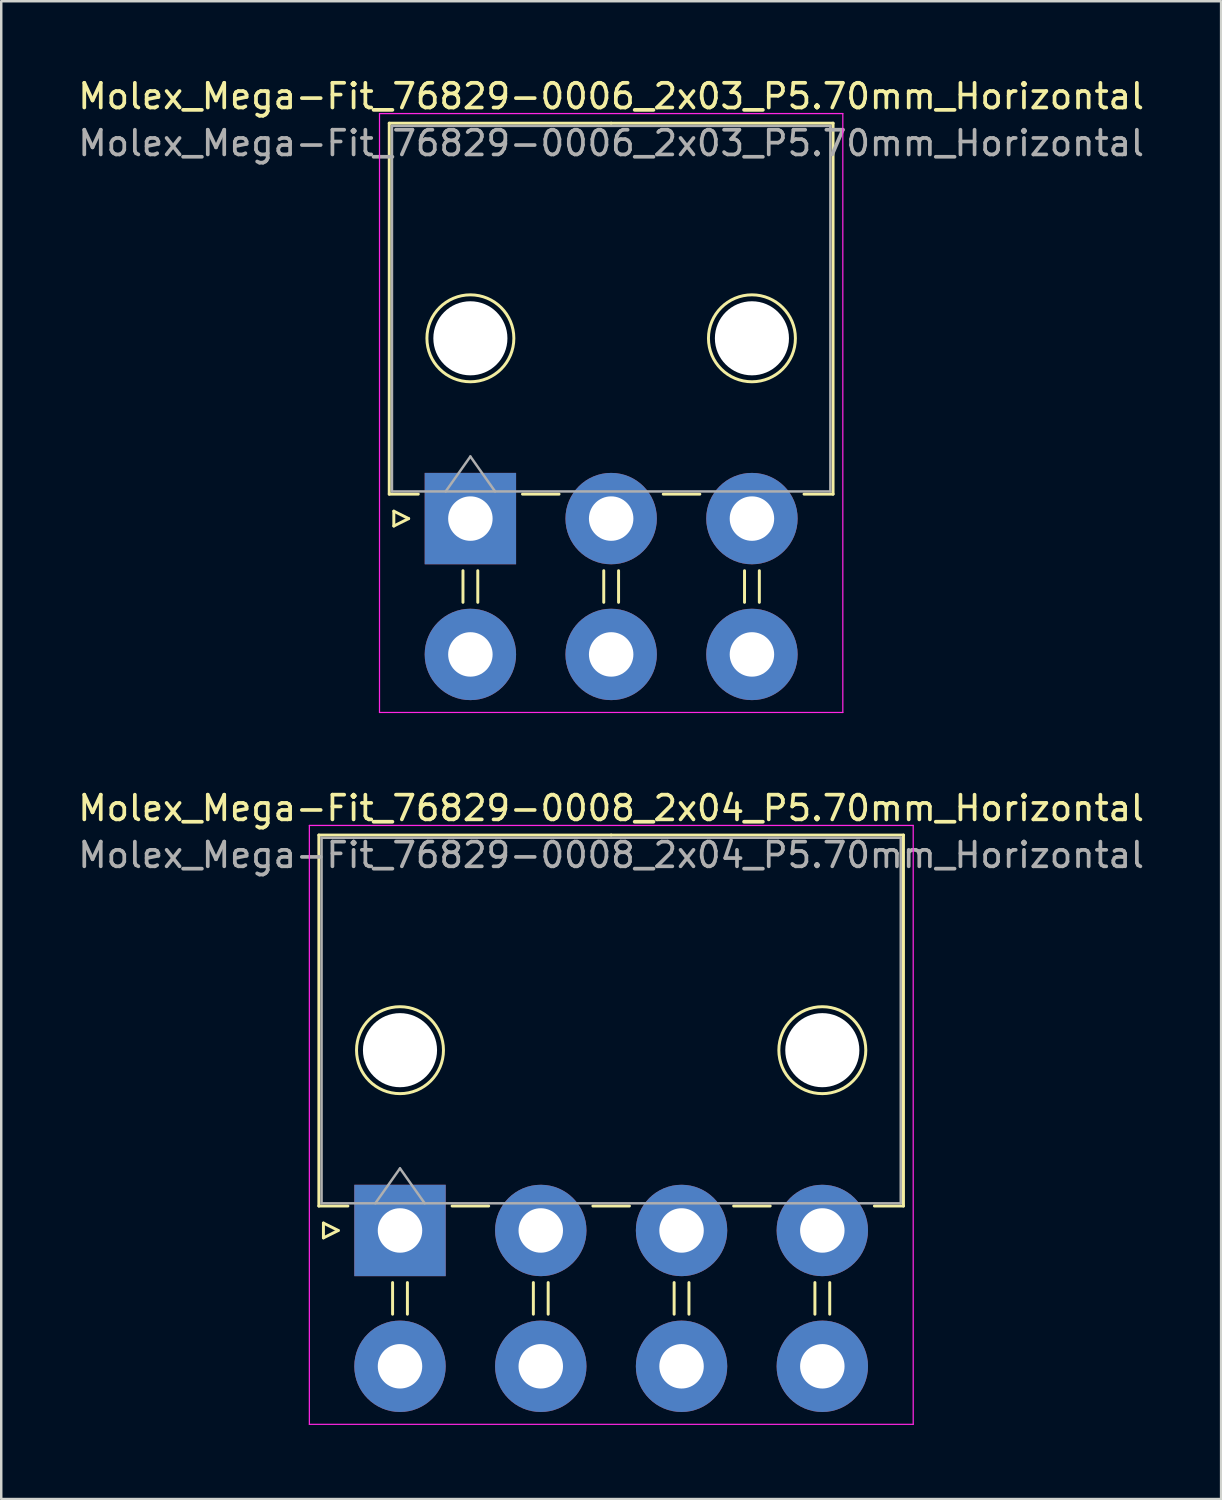
<source format=kicad_pcb>
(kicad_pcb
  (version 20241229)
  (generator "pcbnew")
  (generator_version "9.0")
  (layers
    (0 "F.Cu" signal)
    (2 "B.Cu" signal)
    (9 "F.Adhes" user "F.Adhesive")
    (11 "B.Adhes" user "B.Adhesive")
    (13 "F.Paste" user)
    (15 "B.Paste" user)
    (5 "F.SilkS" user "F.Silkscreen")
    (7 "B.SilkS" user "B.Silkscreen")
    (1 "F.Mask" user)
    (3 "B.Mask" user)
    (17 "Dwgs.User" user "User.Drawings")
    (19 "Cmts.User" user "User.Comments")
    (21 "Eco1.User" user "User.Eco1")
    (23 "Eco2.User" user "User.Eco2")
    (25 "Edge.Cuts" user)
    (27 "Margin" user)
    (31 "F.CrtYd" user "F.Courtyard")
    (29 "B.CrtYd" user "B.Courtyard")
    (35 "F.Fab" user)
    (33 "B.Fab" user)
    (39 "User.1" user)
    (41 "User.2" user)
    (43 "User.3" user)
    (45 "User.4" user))
  (footprint "Molex_Mega-Fit_76829-0008_2x04_P5.70mm_Horizontal"
    (layer "F.Cu")
    (at 13.146 46.772)
    (property "Reference" "Molex_Mega-Fit_76829-0008_2x04_P5.70mm_Horizontal" (at 8.55 -17.1 0) (layer "F.SilkS") (effects (font (size 1 1) (thickness 0.15))))
    (attr through_hole)
    (fp_line (start -3.285 -16.01) (end -3.285 -0.99) (stroke (width 0.12) (type solid)) (layer "F.SilkS"))
    (fp_line (start -3.285 -0.99) (end -2.11 -0.99) (stroke (width 0.12) (type solid)) (layer "F.SilkS"))
    (fp_line (start -3.1 -0.3) (end -2.5 0) (stroke (width 0.12) (type solid)) (layer "F.SilkS"))
    (fp_line (start -3.1 0.3) (end -3.1 -0.3) (stroke (width 0.12) (type solid)) (layer "F.SilkS"))
    (fp_line (start -2.5 0) (end -3.1 0.3) (stroke (width 0.12) (type solid)) (layer "F.SilkS"))
    (fp_line (start -0.3 2.11) (end -0.3 3.39) (stroke (width 0.12) (type solid)) (layer "F.SilkS"))
    (fp_line (start 0.3 2.11) (end 0.3 3.39) (stroke (width 0.12) (type solid)) (layer "F.SilkS"))
    (fp_line (start 2.11 -0.99) (end 3.59 -0.99) (stroke (width 0.12) (type solid)) (layer "F.SilkS"))
    (fp_line (start 5.4 2.11) (end 5.4 3.39) (stroke (width 0.12) (type solid)) (layer "F.SilkS"))
    (fp_line (start 6 2.11) (end 6 3.39) (stroke (width 0.12) (type solid)) (layer "F.SilkS"))
    (fp_line (start 7.81 -0.99) (end 9.29 -0.99) (stroke (width 0.12) (type solid)) (layer "F.SilkS"))
    (fp_line (start 8.55 -16.01) (end -3.285 -16.01) (stroke (width 0.12) (type solid)) (layer "F.SilkS"))
    (fp_line (start 8.55 -16.01) (end 20.385 -16.01) (stroke (width 0.12) (type solid)) (layer "F.SilkS"))
    (fp_line (start 11.1 2.11) (end 11.1 3.39) (stroke (width 0.12) (type solid)) (layer "F.SilkS"))
    (fp_line (start 11.7 2.11) (end 11.7 3.39) (stroke (width 0.12) (type solid)) (layer "F.SilkS"))
    (fp_line (start 13.51 -0.99) (end 14.99 -0.99) (stroke (width 0.12) (type solid)) (layer "F.SilkS"))
    (fp_line (start 16.8 2.11) (end 16.8 3.39) (stroke (width 0.12) (type solid)) (layer "F.SilkS"))
    (fp_line (start 17.4 2.11) (end 17.4 3.39) (stroke (width 0.12) (type solid)) (layer "F.SilkS"))
    (fp_line (start 20.385 -16.01) (end 20.385 -0.99) (stroke (width 0.12) (type solid)) (layer "F.SilkS"))
    (fp_line (start 20.385 -0.99) (end 19.21 -0.99) (stroke (width 0.12) (type solid)) (layer "F.SilkS"))
    (fp_circle (center 0 -7.3) (end 1.76 -7.3) (stroke (width 0.12) (type solid)) (fill no) (layer "F.SilkS"))
    (fp_circle (center 17.1 -7.3) (end 18.86 -7.3) (stroke (width 0.12) (type solid)) (fill no) (layer "F.SilkS"))
    (fp_line (start -3.67 -16.4) (end -3.67 7.85) (stroke (width 0.05) (type solid)) (layer "F.CrtYd"))
    (fp_line (start -3.67 7.85) (end 20.78 7.85) (stroke (width 0.05) (type solid)) (layer "F.CrtYd"))
    (fp_line (start 20.78 -16.4) (end -3.67 -16.4) (stroke (width 0.05) (type solid)) (layer "F.CrtYd"))
    (fp_line (start 20.78 7.85) (end 20.78 -16.4) (stroke (width 0.05) (type solid)) (layer "F.CrtYd"))
    (fp_line (start -3.175 -15.9) (end -3.175 -1.1) (stroke (width 0.1) (type solid)) (layer "F.Fab"))
    (fp_line (start -3.175 -1.1) (end 20.275 -1.1) (stroke (width 0.1) (type solid)) (layer "F.Fab"))
    (fp_line (start -1 -1.1) (end 0 -2.514) (stroke (width 0.1) (type solid)) (layer "F.Fab"))
    (fp_line (start 0 -2.514) (end 1 -1.1) (stroke (width 0.1) (type solid)) (layer "F.Fab"))
    (fp_line (start 20.275 -15.9) (end -3.175 -15.9) (stroke (width 0.1) (type solid)) (layer "F.Fab"))
    (fp_line (start 20.275 -1.1) (end 20.275 -15.9) (stroke (width 0.1) (type solid)) (layer "F.Fab"))
    (fp_text user "${REFERENCE}" (at 8.55 -15.2 0) (layer "F.Fab") (effects (font (size 1 1) (thickness 0.15))))
    (pad "" np_thru_hole circle (at 0 -7.3) (size 3 3) (drill 3) (layers "*.Cu" "*.Mask"))
    (pad "" np_thru_hole circle (at 17.1 -7.3) (size 3 3) (drill 3) (layers "*.Cu" "*.Mask"))
    (pad "1" thru_hole rect (at 0 0) (size 3.7 3.7) (drill 1.8) (layers "*.Cu" "*.Mask"))
    (pad "2" thru_hole circle (at 5.7 0) (size 3.7 3.7) (drill 1.8) (layers "*.Cu" "*.Mask"))
    (pad "3" thru_hole circle (at 11.4 0) (size 3.7 3.7) (drill 1.8) (layers "*.Cu" "*.Mask"))
    (pad "4" thru_hole circle (at 17.1 0) (size 3.7 3.7) (drill 1.8) (layers "*.Cu" "*.Mask"))
    (pad "5" thru_hole circle (at 0 5.5) (size 3.7 3.7) (drill 1.8) (layers "*.Cu" "*.Mask"))
    (pad "6" thru_hole circle (at 5.7 5.5) (size 3.7 3.7) (drill 1.8) (layers "*.Cu" "*.Mask"))
    (pad "7" thru_hole circle (at 11.4 5.5) (size 3.7 3.7) (drill 1.8) (layers "*.Cu" "*.Mask"))
    (pad "8" thru_hole circle (at 17.1 5.5) (size 3.7 3.7) (drill 1.8) (layers "*.Cu" "*.Mask")))
  (footprint "Molex_Mega-Fit_76829-0006_2x03_P5.70mm_Horizontal"
    (layer "F.Cu")
    (at 15.996 17.948)
    (property "Reference" "Molex_Mega-Fit_76829-0006_2x03_P5.70mm_Horizontal" (at 5.7 -17.1 0) (layer "F.SilkS") (effects (font (size 1 1) (thickness 0.15))))
    (attr through_hole)
    (fp_line (start -3.285 -16.01) (end -3.285 -0.99) (stroke (width 0.12) (type solid)) (layer "F.SilkS"))
    (fp_line (start -3.285 -0.99) (end -2.11 -0.99) (stroke (width 0.12) (type solid)) (layer "F.SilkS"))
    (fp_line (start -3.1 -0.3) (end -2.5 0) (stroke (width 0.12) (type solid)) (layer "F.SilkS"))
    (fp_line (start -3.1 0.3) (end -3.1 -0.3) (stroke (width 0.12) (type solid)) (layer "F.SilkS"))
    (fp_line (start -2.5 0) (end -3.1 0.3) (stroke (width 0.12) (type solid)) (layer "F.SilkS"))
    (fp_line (start -0.3 2.11) (end -0.3 3.39) (stroke (width 0.12) (type solid)) (layer "F.SilkS"))
    (fp_line (start 0.3 2.11) (end 0.3 3.39) (stroke (width 0.12) (type solid)) (layer "F.SilkS"))
    (fp_line (start 2.11 -0.99) (end 3.59 -0.99) (stroke (width 0.12) (type solid)) (layer "F.SilkS"))
    (fp_line (start 5.4 2.11) (end 5.4 3.39) (stroke (width 0.12) (type solid)) (layer "F.SilkS"))
    (fp_line (start 5.7 -16.01) (end -3.285 -16.01) (stroke (width 0.12) (type solid)) (layer "F.SilkS"))
    (fp_line (start 5.7 -16.01) (end 14.685 -16.01) (stroke (width 0.12) (type solid)) (layer "F.SilkS"))
    (fp_line (start 6 2.11) (end 6 3.39) (stroke (width 0.12) (type solid)) (layer "F.SilkS"))
    (fp_line (start 7.81 -0.99) (end 9.29 -0.99) (stroke (width 0.12) (type solid)) (layer "F.SilkS"))
    (fp_line (start 11.1 2.11) (end 11.1 3.39) (stroke (width 0.12) (type solid)) (layer "F.SilkS"))
    (fp_line (start 11.7 2.11) (end 11.7 3.39) (stroke (width 0.12) (type solid)) (layer "F.SilkS"))
    (fp_line (start 14.685 -16.01) (end 14.685 -0.99) (stroke (width 0.12) (type solid)) (layer "F.SilkS"))
    (fp_line (start 14.685 -0.99) (end 13.51 -0.99) (stroke (width 0.12) (type solid)) (layer "F.SilkS"))
    (fp_circle (center 0 -7.3) (end 1.76 -7.3) (stroke (width 0.12) (type solid)) (fill no) (layer "F.SilkS"))
    (fp_circle (center 11.4 -7.3) (end 13.16 -7.3) (stroke (width 0.12) (type solid)) (fill no) (layer "F.SilkS"))
    (fp_line (start -3.68 -16.4) (end -3.68 7.85) (stroke (width 0.05) (type solid)) (layer "F.CrtYd"))
    (fp_line (start -3.68 7.85) (end 15.08 7.85) (stroke (width 0.05) (type solid)) (layer "F.CrtYd"))
    (fp_line (start 15.08 -16.4) (end -3.68 -16.4) (stroke (width 0.05) (type solid)) (layer "F.CrtYd"))
    (fp_line (start 15.08 7.85) (end 15.08 -16.4) (stroke (width 0.05) (type solid)) (layer "F.CrtYd"))
    (fp_line (start -3.175 -15.9) (end -3.175 -1.1) (stroke (width 0.1) (type solid)) (layer "F.Fab"))
    (fp_line (start -3.175 -1.1) (end 14.575 -1.1) (stroke (width 0.1) (type solid)) (layer "F.Fab"))
    (fp_line (start -1 -1.1) (end 0 -2.514) (stroke (width 0.1) (type solid)) (layer "F.Fab"))
    (fp_line (start 0 -2.514) (end 1 -1.1) (stroke (width 0.1) (type solid)) (layer "F.Fab"))
    (fp_line (start 14.575 -15.9) (end -3.175 -15.9) (stroke (width 0.1) (type solid)) (layer "F.Fab"))
    (fp_line (start 14.575 -1.1) (end 14.575 -15.9) (stroke (width 0.1) (type solid)) (layer "F.Fab"))
    (fp_text user "${REFERENCE}" (at 5.7 -15.2 0) (layer "F.Fab") (effects (font (size 1 1) (thickness 0.15))))
    (pad "" np_thru_hole circle (at 0 -7.3) (size 3 3) (drill 3) (layers "*.Cu" "*.Mask"))
    (pad "" np_thru_hole circle (at 11.4 -7.3) (size 3 3) (drill 3) (layers "*.Cu" "*.Mask"))
    (pad "1" thru_hole rect (at 0 0) (size 3.7 3.7) (drill 1.8) (layers "*.Cu" "*.Mask"))
    (pad "2" thru_hole circle (at 5.7 0) (size 3.7 3.7) (drill 1.8) (layers "*.Cu" "*.Mask"))
    (pad "3" thru_hole circle (at 11.4 0) (size 3.7 3.7) (drill 1.8) (layers "*.Cu" "*.Mask"))
    (pad "4" thru_hole circle (at 0 5.5) (size 3.7 3.7) (drill 1.8) (layers "*.Cu" "*.Mask"))
    (pad "5" thru_hole circle (at 5.7 5.5) (size 3.7 3.7) (drill 1.8) (layers "*.Cu" "*.Mask"))
    (pad "6" thru_hole circle (at 11.4 5.5) (size 3.7 3.7) (drill 1.8) (layers "*.Cu" "*.Mask")))
  (gr_rect
    (start -3 -3)
    (end 46.393 57.647)
    (stroke (width 0.1) (type default))
    (fill no)
    (layer "Edge.Cuts")))
</source>
